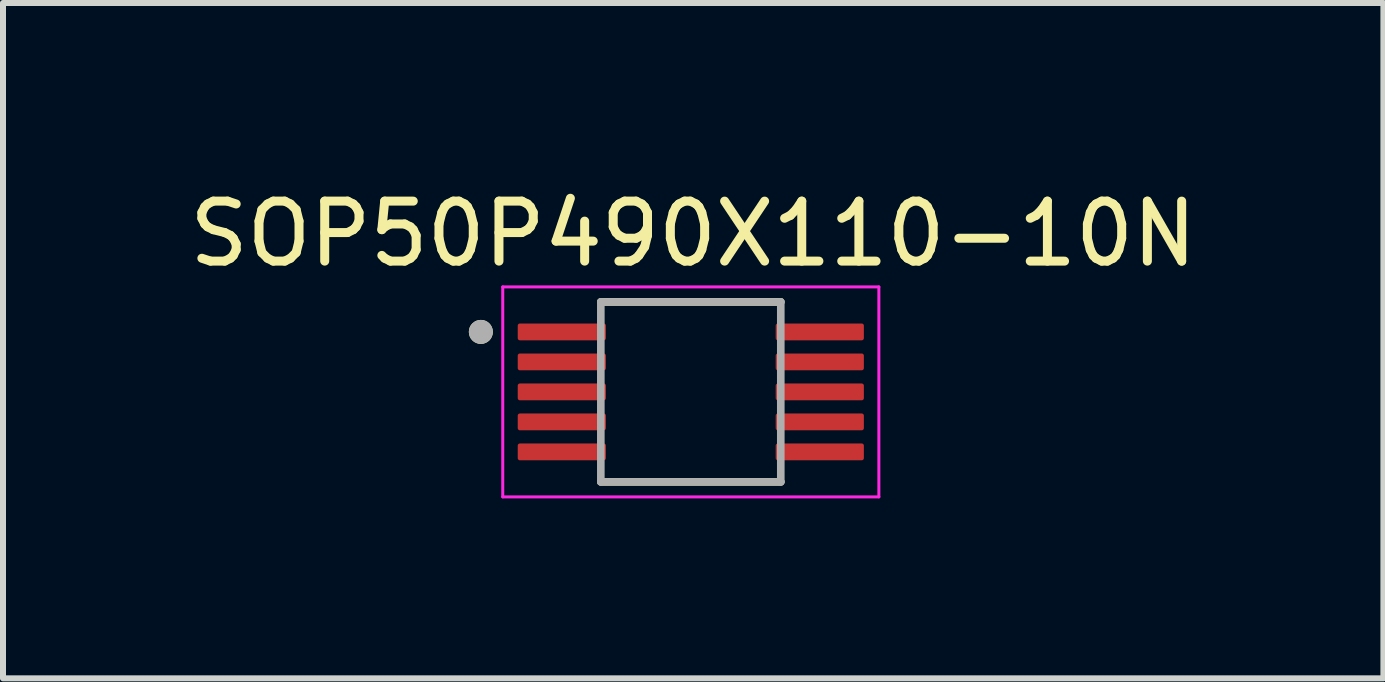
<source format=kicad_pcb>
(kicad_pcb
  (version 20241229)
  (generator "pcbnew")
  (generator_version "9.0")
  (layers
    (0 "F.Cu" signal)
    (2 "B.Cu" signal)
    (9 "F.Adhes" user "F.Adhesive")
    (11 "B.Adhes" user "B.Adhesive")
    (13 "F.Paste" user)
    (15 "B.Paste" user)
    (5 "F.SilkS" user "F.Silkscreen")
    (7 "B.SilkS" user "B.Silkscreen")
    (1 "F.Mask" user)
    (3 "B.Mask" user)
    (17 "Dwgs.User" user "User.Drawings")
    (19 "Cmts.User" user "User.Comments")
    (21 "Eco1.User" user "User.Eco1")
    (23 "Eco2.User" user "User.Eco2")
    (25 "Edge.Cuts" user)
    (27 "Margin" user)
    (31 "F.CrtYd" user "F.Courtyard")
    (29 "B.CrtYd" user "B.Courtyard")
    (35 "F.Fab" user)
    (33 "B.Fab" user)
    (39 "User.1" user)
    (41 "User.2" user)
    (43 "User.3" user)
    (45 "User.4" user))
  (footprint "SOP50P490X110-10N"
    (layer "F.Cu")
    (at 8.466 3.483)
    (property "Reference" "SOP50P490X110-10N" (at 0.04 -2.635 0) (layer "F.SilkS") (effects (font (size 1 1) (thickness 0.15))))
    (attr smd)
    (fp_line (start -1.5 -1.5) (end 1.5 -1.5) (stroke (width 0.127) (type solid)) (layer "F.SilkS"))
    (fp_line (start -1.5 1.5) (end 1.5 1.5) (stroke (width 0.127) (type solid)) (layer "F.SilkS"))
    (fp_circle (center -3.5 -1) (end -3.4 -1) (stroke (width 0.2) (type solid)) (fill no) (layer "F.SilkS"))
    (fp_line (start -3.135 -1.75) (end -3.135 1.75) (stroke (width 0.05) (type solid)) (layer "F.CrtYd"))
    (fp_line (start -3.135 -1.75) (end 3.135 -1.75) (stroke (width 0.05) (type solid)) (layer "F.CrtYd"))
    (fp_line (start -3.135 1.75) (end 3.135 1.75) (stroke (width 0.05) (type solid)) (layer "F.CrtYd"))
    (fp_line (start 3.135 -1.75) (end 3.135 1.75) (stroke (width 0.05) (type solid)) (layer "F.CrtYd"))
    (fp_line (start -1.5 -1.5) (end -1.5 1.5) (stroke (width 0.127) (type solid)) (layer "F.Fab"))
    (fp_line (start -1.5 -1.5) (end 1.5 -1.5) (stroke (width 0.127) (type solid)) (layer "F.Fab"))
    (fp_line (start -1.5 1.5) (end 1.5 1.5) (stroke (width 0.127) (type solid)) (layer "F.Fab"))
    (fp_line (start 1.5 -1.5) (end 1.5 1.5) (stroke (width 0.127) (type solid)) (layer "F.Fab"))
    (fp_circle (center -3.5 -1) (end -3.4 -1) (stroke (width 0.2) (type solid)) (fill no) (layer "F.Fab"))
    (pad "1" smd roundrect (at -2.15 -1) (size 1.47 0.28) (layers "F.Cu" "F.Mask" "F.Paste") (roundrect_rratio 0.125))
    (pad "2" smd roundrect (at -2.15 -0.5) (size 1.47 0.28) (layers "F.Cu" "F.Mask" "F.Paste") (roundrect_rratio 0.125))
    (pad "3" smd roundrect (at -2.15 0) (size 1.47 0.28) (layers "F.Cu" "F.Mask" "F.Paste") (roundrect_rratio 0.125))
    (pad "4" smd roundrect (at -2.15 0.5) (size 1.47 0.28) (layers "F.Cu" "F.Mask" "F.Paste") (roundrect_rratio 0.125))
    (pad "5" smd roundrect (at -2.15 1) (size 1.47 0.28) (layers "F.Cu" "F.Mask" "F.Paste") (roundrect_rratio 0.125))
    (pad "6" smd roundrect (at 2.15 1) (size 1.47 0.28) (layers "F.Cu" "F.Mask" "F.Paste") (roundrect_rratio 0.125))
    (pad "7" smd roundrect (at 2.15 0.5) (size 1.47 0.28) (layers "F.Cu" "F.Mask" "F.Paste") (roundrect_rratio 0.125))
    (pad "8" smd roundrect (at 2.15 0) (size 1.47 0.28) (layers "F.Cu" "F.Mask" "F.Paste") (roundrect_rratio 0.125))
    (pad "9" smd roundrect (at 2.15 -0.5) (size 1.47 0.28) (layers "F.Cu" "F.Mask" "F.Paste") (roundrect_rratio 0.125))
    (pad "10" smd roundrect (at 2.15 -1) (size 1.47 0.28) (layers "F.Cu" "F.Mask" "F.Paste") (roundrect_rratio 0.125)))
  (gr_rect
    (start -3 -3)
    (end 20.012 8.258)
    (stroke (width 0.1) (type default))
    (fill no)
    (layer "Edge.Cuts")))
</source>
